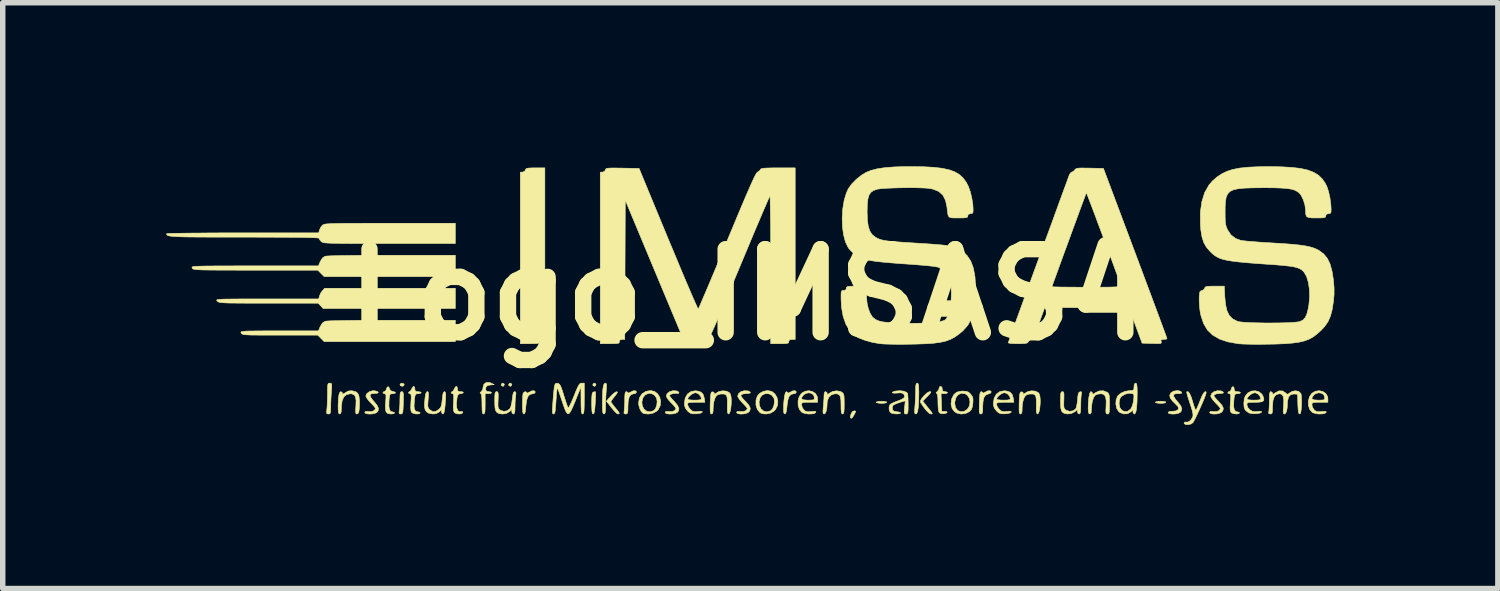
<source format=kicad_pcb>
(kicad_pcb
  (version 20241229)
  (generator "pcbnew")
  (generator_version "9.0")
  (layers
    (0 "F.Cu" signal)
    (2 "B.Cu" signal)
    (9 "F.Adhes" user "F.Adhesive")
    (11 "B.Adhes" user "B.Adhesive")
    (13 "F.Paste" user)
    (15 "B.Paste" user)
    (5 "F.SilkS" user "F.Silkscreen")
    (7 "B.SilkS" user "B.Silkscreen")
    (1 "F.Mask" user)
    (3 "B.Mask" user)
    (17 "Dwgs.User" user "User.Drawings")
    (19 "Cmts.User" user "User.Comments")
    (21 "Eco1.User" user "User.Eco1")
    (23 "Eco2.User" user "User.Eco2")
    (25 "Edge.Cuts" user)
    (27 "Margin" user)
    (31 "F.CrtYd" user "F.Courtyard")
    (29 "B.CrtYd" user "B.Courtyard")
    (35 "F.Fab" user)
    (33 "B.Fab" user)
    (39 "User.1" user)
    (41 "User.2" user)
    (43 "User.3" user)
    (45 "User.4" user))
  (footprint "Logo_IMSAS4"
    (layer "F.Cu")
    (at 10.693 2.354)
    (property "Reference" "Logo_IMSAS4" (at 0 0 0) (layer "F.SilkS") (effects (font (size 1.524 1.524) (thickness 0.3))))
    (attr through_hole)
    (fp_poly (pts (xy -6.338 1.634) (xy -6.33 1.651) (xy -6.347 1.675) (xy -6.37 1.68) (xy -6.401 1.668) (xy -6.409 1.651) (xy -6.392 1.627) (xy -6.37 1.622) (xy -6.338 1.634)) (stroke (width 0.01) (type solid)) (fill yes) (layer "F.SilkS"))
    (fp_poly (pts (xy -4.497 1.637) (xy -4.494 1.651) (xy -4.509 1.677) (xy -4.523 1.68) (xy -4.549 1.665) (xy -4.552 1.651) (xy -4.537 1.625) (xy -4.523 1.622) (xy -4.497 1.637)) (stroke (width 0.01) (type solid)) (fill yes) (layer "F.SilkS"))
    (fp_poly (pts (xy -4.36 1.637) (xy -4.357 1.651) (xy -4.373 1.677) (xy -4.386 1.68) (xy -4.412 1.665) (xy -4.416 1.651) (xy -4.4 1.625) (xy -4.386 1.622) (xy -4.36 1.637)) (stroke (width 0.01) (type solid)) (fill yes) (layer "F.SilkS"))
    (fp_poly (pts (xy -2.817 1.637) (xy -2.814 1.651) (xy -2.829 1.677) (xy -2.843 1.68) (xy -2.869 1.665) (xy -2.872 1.651) (xy -2.857 1.625) (xy -2.843 1.622) (xy -2.817 1.637)) (stroke (width 0.01) (type solid)) (fill yes) (layer "F.SilkS"))
    (fp_poly (pts (xy 1.947 2.136) (xy 1.95 2.144) (xy 1.916 2.211) (xy 1.892 2.249) (xy 1.873 2.265) (xy 1.865 2.266) (xy 1.851 2.258) (xy 1.854 2.226) (xy 1.861 2.198) (xy 1.886 2.146) (xy 1.92 2.13) (xy 1.947 2.136)) (stroke (width 0.01) (type solid)) (fill yes) (layer "F.SilkS"))
    (fp_poly (pts (xy 2.478 1.957) (xy 2.514 1.966) (xy 2.52 1.973) (xy 2.503 1.985) (xy 2.458 1.992) (xy 2.423 1.993) (xy 2.367 1.989) (xy 2.332 1.98) (xy 2.325 1.973) (xy 2.343 1.962) (xy 2.388 1.955) (xy 2.423 1.954) (xy 2.478 1.957)) (stroke (width 0.01) (type solid)) (fill yes) (layer "F.SilkS"))
    (fp_poly (pts (xy 7.598 1.957) (xy 7.633 1.966) (xy 7.64 1.973) (xy 7.622 1.985) (xy 7.577 1.992) (xy 7.542 1.993) (xy 7.486 1.989) (xy 7.451 1.98) (xy 7.444 1.973) (xy 7.462 1.962) (xy 7.507 1.955) (xy 7.542 1.954) (xy 7.598 1.957)) (stroke (width 0.01) (type solid)) (fill yes) (layer "F.SilkS"))
    (fp_poly (pts (xy -3.751 0.821) (xy -3.8 0.821) (xy -3.839 0.83) (xy -3.849 0.86) (xy -3.852 0.878) (xy -3.866 0.89) (xy -3.898 0.896) (xy -3.956 0.898) (xy -4.025 0.899) (xy -4.201 0.899) (xy -4.201 -2.247) (xy -4.16 -2.247) (xy -4.121 -2.264) (xy -4.109 -2.286) (xy -4.1 -2.305) (xy -4.082 -2.316) (xy -4.045 -2.322) (xy -3.982 -2.325) (xy -3.925 -2.325) (xy -3.751 -2.325) (xy -3.751 0.821)) (stroke (width 0.01) (type solid)) (fill yes) (layer "F.SilkS"))
    (fp_poly (pts (xy -2.823 1.782) (xy -2.821 1.803) (xy -2.821 1.855) (xy -2.824 1.929) (xy -2.827 1.989) (xy -2.834 2.085) (xy -2.843 2.148) (xy -2.854 2.18) (xy -2.865 2.188) (xy -2.878 2.179) (xy -2.886 2.148) (xy -2.89 2.09) (xy -2.892 1.998) (xy -2.892 1.992) (xy -2.891 1.899) (xy -2.887 1.839) (xy -2.879 1.804) (xy -2.866 1.787) (xy -2.862 1.785) (xy -2.831 1.779) (xy -2.823 1.782)) (stroke (width 0.01) (type solid)) (fill yes) (layer "F.SilkS"))
    (fp_poly (pts (xy 3.091 1.628) (xy 3.1 1.652) (xy 3.105 1.7) (xy 3.107 1.777) (xy 3.107 1.814) (xy 3.104 1.96) (xy 3.097 2.069) (xy 3.085 2.142) (xy 3.068 2.181) (xy 3.052 2.188) (xy 3.037 2.182) (xy 3.03 2.159) (xy 3.031 2.11) (xy 3.035 2.056) (xy 3.042 1.966) (xy 3.046 1.861) (xy 3.048 1.773) (xy 3.049 1.694) (xy 3.055 1.648) (xy 3.065 1.626) (xy 3.077 1.622) (xy 3.091 1.628)) (stroke (width 0.01) (type solid)) (fill yes) (layer "F.SilkS"))
    (fp_poly (pts (xy -2.627 1.628) (xy -2.62 1.651) (xy -2.621 1.7) (xy -2.625 1.754) (xy -2.631 1.844) (xy -2.636 1.949) (xy -2.638 2.037) (xy -2.639 2.116) (xy -2.644 2.162) (xy -2.655 2.184) (xy -2.667 2.188) (xy -2.68 2.182) (xy -2.689 2.159) (xy -2.694 2.114) (xy -2.696 2.039) (xy -2.696 1.978) (xy -2.694 1.842) (xy -2.688 1.742) (xy -2.678 1.674) (xy -2.664 1.635) (xy -2.644 1.622) (xy -2.642 1.622) (xy -2.627 1.628)) (stroke (width 0.01) (type solid)) (fill yes) (layer "F.SilkS"))
    (fp_poly (pts (xy -6.359 1.782) (xy -6.35 1.797) (xy -6.345 1.83) (xy -6.344 1.889) (xy -6.346 1.98) (xy -6.346 1.983) (xy -6.35 2.075) (xy -6.354 2.134) (xy -6.361 2.168) (xy -6.371 2.184) (xy -6.388 2.188) (xy -6.393 2.188) (xy -6.42 2.183) (xy -6.426 2.159) (xy -6.421 2.127) (xy -6.415 2.077) (xy -6.41 2.003) (xy -6.409 1.922) (xy -6.409 1.922) (xy -6.407 1.847) (xy -6.403 1.804) (xy -6.392 1.783) (xy -6.375 1.778) (xy -6.374 1.778) (xy -6.359 1.782)) (stroke (width 0.01) (type solid)) (fill yes) (layer "F.SilkS"))
    (fp_poly (pts (xy -2.42 1.784) (xy -2.426 1.804) (xy -2.455 1.845) (xy -2.47 1.863) (xy -2.508 1.912) (xy -2.534 1.949) (xy -2.54 1.963) (xy -2.528 1.985) (xy -2.498 2.026) (xy -2.462 2.071) (xy -2.414 2.13) (xy -2.39 2.165) (xy -2.388 2.183) (xy -2.405 2.188) (xy -2.412 2.188) (xy -2.437 2.174) (xy -2.476 2.135) (xy -2.523 2.08) (xy -2.531 2.07) (xy -2.622 1.952) (xy -2.547 1.867) (xy -2.5 1.82) (xy -2.458 1.788) (xy -2.436 1.78) (xy -2.42 1.784)) (stroke (width 0.01) (type solid)) (fill yes) (layer "F.SilkS"))
    (fp_poly (pts (xy 3.327 1.781) (xy 3.326 1.796) (xy 3.301 1.826) (xy 3.264 1.865) (xy 3.179 1.952) (xy 3.254 2.046) (xy 3.307 2.112) (xy 3.339 2.154) (xy 3.353 2.177) (xy 3.352 2.186) (xy 3.338 2.188) (xy 3.328 2.188) (xy 3.295 2.173) (xy 3.25 2.13) (xy 3.217 2.09) (xy 3.177 2.034) (xy 3.147 1.989) (xy 3.135 1.967) (xy 3.141 1.936) (xy 3.169 1.892) (xy 3.21 1.845) (xy 3.255 1.804) (xy 3.295 1.781) (xy 3.308 1.778) (xy 3.327 1.781)) (stroke (width 0.01) (type solid)) (fill yes) (layer "F.SilkS"))
    (fp_poly (pts (xy -7.675 1.624) (xy -7.663 1.635) (xy -7.659 1.663) (xy -7.661 1.716) (xy -7.666 1.783) (xy -7.672 1.879) (xy -7.677 1.979) (xy -7.678 2.063) (xy -7.678 2.066) (xy -7.68 2.133) (xy -7.685 2.17) (xy -7.698 2.185) (xy -7.72 2.188) (xy -7.747 2.184) (xy -7.755 2.164) (xy -7.75 2.116) (xy -7.75 2.115) (xy -7.745 2.064) (xy -7.741 1.987) (xy -7.738 1.895) (xy -7.737 1.832) (xy -7.737 1.739) (xy -7.735 1.679) (xy -7.73 1.644) (xy -7.72 1.627) (xy -7.704 1.622) (xy -7.695 1.622) (xy -7.675 1.624)) (stroke (width 0.01) (type solid)) (fill yes) (layer "F.SilkS"))
    (fp_poly (pts (xy -3.928 1.779) (xy -3.927 1.788) (xy -3.944 1.811) (xy -3.973 1.817) (xy -4.026 1.83) (xy -4.063 1.87) (xy -4.087 1.942) (xy -4.099 2.042) (xy -4.106 2.123) (xy -4.117 2.17) (xy -4.132 2.188) (xy -4.135 2.188) (xy -4.148 2.179) (xy -4.157 2.148) (xy -4.161 2.088) (xy -4.162 2.014) (xy -4.16 1.932) (xy -4.157 1.863) (xy -4.152 1.818) (xy -4.15 1.809) (xy -4.129 1.785) (xy -4.101 1.779) (xy -4.084 1.793) (xy -4.084 1.799) (xy -4.07 1.804) (xy -4.04 1.789) (xy -3.99 1.764) (xy -3.95 1.761) (xy -3.928 1.779)) (stroke (width 0.01) (type solid)) (fill yes) (layer "F.SilkS"))
    (fp_poly (pts (xy 0.859 1.779) (xy 0.86 1.788) (xy 0.843 1.811) (xy 0.814 1.817) (xy 0.765 1.828) (xy 0.729 1.865) (xy 0.706 1.931) (xy 0.691 2.032) (xy 0.691 2.038) (xy 0.681 2.122) (xy 0.669 2.171) (xy 0.654 2.188) (xy 0.652 2.188) (xy 0.632 2.17) (xy 0.625 2.115) (xy 0.625 2.115) (xy 0.628 2.013) (xy 0.636 1.922) (xy 0.647 1.847) (xy 0.661 1.797) (xy 0.677 1.778) (xy 0.677 1.778) (xy 0.701 1.79) (xy 0.703 1.799) (xy 0.717 1.804) (xy 0.747 1.789) (xy 0.796 1.764) (xy 0.837 1.761) (xy 0.859 1.779)) (stroke (width 0.01) (type solid)) (fill yes) (layer "F.SilkS"))
    (fp_poly (pts (xy 4.434 1.778) (xy 4.435 1.786) (xy 4.418 1.809) (xy 4.382 1.821) (xy 4.334 1.84) (xy 4.301 1.886) (xy 4.284 1.964) (xy 4.279 2.056) (xy 4.278 2.127) (xy 4.272 2.168) (xy 4.26 2.185) (xy 4.245 2.188) (xy 4.23 2.185) (xy 4.22 2.17) (xy 4.215 2.136) (xy 4.215 2.077) (xy 4.217 1.986) (xy 4.217 1.983) (xy 4.221 1.888) (xy 4.226 1.826) (xy 4.235 1.792) (xy 4.247 1.779) (xy 4.251 1.778) (xy 4.276 1.79) (xy 4.279 1.799) (xy 4.292 1.804) (xy 4.322 1.789) (xy 4.372 1.764) (xy 4.412 1.761) (xy 4.434 1.778)) (stroke (width 0.01) (type solid)) (fill yes) (layer "F.SilkS"))
    (fp_poly (pts (xy -2.072 1.779) (xy -2.071 1.788) (xy -2.088 1.811) (xy -2.119 1.817) (xy -2.169 1.831) (xy -2.203 1.874) (xy -2.222 1.948) (xy -2.227 2.046) (xy -2.228 2.12) (xy -2.233 2.162) (xy -2.243 2.182) (xy -2.261 2.188) (xy -2.269 2.188) (xy -2.298 2.181) (xy -2.3 2.153) (xy -2.298 2.144) (xy -2.293 2.105) (xy -2.289 2.038) (xy -2.286 1.959) (xy -2.286 1.939) (xy -2.285 1.858) (xy -2.28 1.808) (xy -2.27 1.784) (xy -2.257 1.778) (xy -2.231 1.789) (xy -2.227 1.799) (xy -2.214 1.804) (xy -2.184 1.789) (xy -2.134 1.764) (xy -2.094 1.761) (xy -2.072 1.779)) (stroke (width 0.01) (type solid)) (fill yes) (layer "F.SilkS"))
    (fp_poly (pts (xy 3.531 1.697) (xy 3.536 1.729) (xy 3.545 1.766) (xy 3.576 1.778) (xy 3.585 1.778) (xy 3.622 1.785) (xy 3.634 1.798) (xy 3.617 1.811) (xy 3.576 1.817) (xy 3.575 1.817) (xy 3.515 1.817) (xy 3.521 1.978) (xy 3.527 2.139) (xy 3.581 2.139) (xy 3.617 2.144) (xy 3.628 2.158) (xy 3.604 2.176) (xy 3.561 2.184) (xy 3.514 2.18) (xy 3.483 2.166) (xy 3.469 2.131) (xy 3.461 2.062) (xy 3.458 1.981) (xy 3.456 1.888) (xy 3.447 1.832) (xy 3.434 1.81) (xy 3.423 1.796) (xy 3.444 1.778) (xy 3.472 1.743) (xy 3.478 1.718) (xy 3.49 1.687) (xy 3.507 1.68) (xy 3.531 1.697)) (stroke (width 0.01) (type solid)) (fill yes) (layer "F.SilkS"))
    (fp_poly (pts (xy -5.393 0.254) (xy -7.817 0.254) (xy -7.908 0.156) (xy -8.816 0.156) (xy -9.028 0.156) (xy -9.204 0.156) (xy -9.348 0.155) (xy -9.464 0.154) (xy -9.554 0.153) (xy -9.622 0.15) (xy -9.672 0.147) (xy -9.707 0.143) (xy -9.73 0.137) (xy -9.745 0.13) (xy -9.755 0.122) (xy -9.759 0.117) (xy -9.767 0.108) (xy -9.77 0.101) (xy -9.765 0.095) (xy -9.749 0.09) (xy -9.72 0.086) (xy -9.673 0.083) (xy -9.606 0.081) (xy -9.516 0.08) (xy -9.399 0.079) (xy -9.252 0.078) (xy -9.073 0.078) (xy -8.859 0.078) (xy -7.898 0.078) (xy -7.884 0.024) (xy -7.861 -0.031) (xy -7.83 -0.073) (xy -7.789 -0.117) (xy -5.393 -0.117) (xy -5.393 0.254)) (stroke (width 0.01) (type solid)) (fill yes) (layer "F.SilkS"))
    (fp_poly (pts (xy -6.824 1.774) (xy -6.805 1.791) (xy -6.818 1.806) (xy -6.866 1.811) (xy -6.868 1.811) (xy -6.929 1.816) (xy -6.956 1.837) (xy -6.949 1.875) (xy -6.909 1.932) (xy -6.886 1.957) (xy -6.829 2.027) (xy -6.803 2.083) (xy -6.808 2.128) (xy -6.83 2.158) (xy -6.866 2.176) (xy -6.918 2.187) (xy -6.975 2.189) (xy -7.023 2.183) (xy -7.051 2.168) (xy -7.053 2.16) (xy -7.043 2.142) (xy -7.007 2.14) (xy -6.985 2.143) (xy -6.924 2.143) (xy -6.878 2.123) (xy -6.858 2.09) (xy -6.858 2.086) (xy -6.871 2.064) (xy -6.905 2.024) (xy -6.946 1.982) (xy -6.992 1.931) (xy -7.024 1.884) (xy -7.034 1.857) (xy -7.016 1.814) (xy -6.971 1.78) (xy -6.911 1.762) (xy -6.876 1.762) (xy -6.824 1.774)) (stroke (width 0.01) (type solid)) (fill yes) (layer "F.SilkS"))
    (fp_poly (pts (xy -4.733 1.623) (xy -4.679 1.65) (xy -4.751 1.656) (xy -4.804 1.668) (xy -4.83 1.694) (xy -4.833 1.704) (xy -4.836 1.752) (xy -4.811 1.774) (xy -4.776 1.778) (xy -4.74 1.785) (xy -4.728 1.798) (xy -4.745 1.811) (xy -4.786 1.817) (xy -4.787 1.817) (xy -4.846 1.817) (xy -4.846 2.003) (xy -4.847 2.091) (xy -4.85 2.147) (xy -4.858 2.177) (xy -4.871 2.188) (xy -4.875 2.188) (xy -4.889 2.182) (xy -4.898 2.157) (xy -4.902 2.109) (xy -4.904 2.029) (xy -4.904 2.004) (xy -4.906 1.906) (xy -4.913 1.843) (xy -4.924 1.813) (xy -4.929 1.81) (xy -4.939 1.796) (xy -4.919 1.778) (xy -4.892 1.742) (xy -4.885 1.698) (xy -4.869 1.643) (xy -4.829 1.612) (xy -4.772 1.609) (xy -4.733 1.623)) (stroke (width 0.01) (type solid)) (fill yes) (layer "F.SilkS"))
    (fp_poly (pts (xy -1.739 1.775) (xy -1.681 1.82) (xy -1.643 1.884) (xy -1.627 1.958) (xy -1.635 2.035) (xy -1.671 2.106) (xy -1.702 2.138) (xy -1.77 2.174) (xy -1.853 2.189) (xy -1.933 2.181) (xy -1.949 2.175) (xy -1.982 2.145) (xy -2.011 2.089) (xy -2.029 2.022) (xy -2.032 1.983) (xy -2.029 1.967) (xy -1.972 1.967) (xy -1.964 2.039) (xy -1.934 2.097) (xy -1.885 2.136) (xy -1.824 2.148) (xy -1.758 2.129) (xy -1.723 2.091) (xy -1.699 2.03) (xy -1.692 1.959) (xy -1.701 1.9) (xy -1.738 1.844) (xy -1.793 1.814) (xy -1.854 1.812) (xy -1.911 1.837) (xy -1.952 1.889) (xy -1.972 1.967) (xy -2.029 1.967) (xy -2.016 1.89) (xy -1.969 1.818) (xy -1.898 1.773) (xy -1.813 1.758) (xy -1.739 1.775)) (stroke (width 0.01) (type solid)) (fill yes) (layer "F.SilkS"))
    (fp_poly (pts (xy 7.875 1.762) (xy 7.914 1.776) (xy 7.929 1.796) (xy 7.918 1.812) (xy 7.891 1.815) (xy 7.82 1.815) (xy 7.783 1.83) (xy 7.78 1.862) (xy 7.81 1.913) (xy 7.854 1.966) (xy 7.909 2.035) (xy 7.93 2.089) (xy 7.92 2.135) (xy 7.902 2.158) (xy 7.867 2.176) (xy 7.815 2.187) (xy 7.758 2.189) (xy 7.709 2.184) (xy 7.681 2.17) (xy 7.679 2.162) (xy 7.695 2.144) (xy 7.746 2.138) (xy 7.759 2.138) (xy 7.822 2.132) (xy 7.858 2.11) (xy 7.862 2.104) (xy 7.87 2.079) (xy 7.859 2.051) (xy 7.822 2.012) (xy 7.812 2.002) (xy 7.764 1.955) (xy 7.728 1.911) (xy 7.718 1.896) (xy 7.708 1.844) (xy 7.73 1.801) (xy 7.777 1.77) (xy 7.844 1.759) (xy 7.875 1.762)) (stroke (width 0.01) (type solid)) (fill yes) (layer "F.SilkS"))
    (fp_poly (pts (xy -0.027 1.765) (xy -0.011 1.77) (xy 0.018 1.789) (xy 0.012 1.805) (xy -0.025 1.813) (xy -0.046 1.813) (xy -0.112 1.819) (xy -0.15 1.838) (xy -0.156 1.856) (xy -0.143 1.878) (xy -0.11 1.918) (xy -0.068 1.961) (xy -0.01 2.027) (xy 0.016 2.08) (xy 0.009 2.125) (xy -0.016 2.156) (xy -0.055 2.176) (xy -0.108 2.187) (xy -0.164 2.189) (xy -0.21 2.182) (xy -0.234 2.165) (xy -0.234 2.16) (xy -0.224 2.142) (xy -0.188 2.14) (xy -0.166 2.143) (xy -0.106 2.143) (xy -0.059 2.124) (xy -0.039 2.091) (xy -0.039 2.087) (xy -0.052 2.065) (xy -0.086 2.026) (xy -0.127 1.984) (xy -0.173 1.933) (xy -0.205 1.886) (xy -0.215 1.859) (xy -0.198 1.813) (xy -0.153 1.778) (xy -0.092 1.761) (xy -0.027 1.765)) (stroke (width 0.01) (type solid)) (fill yes) (layer "F.SilkS"))
    (fp_poly (pts (xy 0.411 1.775) (xy 0.468 1.82) (xy 0.506 1.884) (xy 0.522 1.958) (xy 0.514 2.035) (xy 0.479 2.106) (xy 0.447 2.138) (xy 0.384 2.173) (xy 0.309 2.188) (xy 0.238 2.183) (xy 0.194 2.163) (xy 0.145 2.103) (xy 0.12 2.023) (xy 0.121 1.966) (xy 0.177 1.966) (xy 0.185 2.038) (xy 0.215 2.097) (xy 0.263 2.136) (xy 0.324 2.149) (xy 0.391 2.129) (xy 0.426 2.092) (xy 0.45 2.031) (xy 0.46 1.962) (xy 0.451 1.9) (xy 0.449 1.894) (xy 0.41 1.843) (xy 0.353 1.817) (xy 0.29 1.816) (xy 0.234 1.842) (xy 0.198 1.887) (xy 0.177 1.966) (xy 0.121 1.966) (xy 0.121 1.935) (xy 0.146 1.857) (xy 0.191 1.808) (xy 0.259 1.772) (xy 0.336 1.758) (xy 0.336 1.758) (xy 0.411 1.775)) (stroke (width 0.01) (type solid)) (fill yes) (layer "F.SilkS"))
    (fp_poly (pts (xy 8.648 1.765) (xy 8.664 1.77) (xy 8.693 1.789) (xy 8.687 1.805) (xy 8.65 1.813) (xy 8.629 1.813) (xy 8.563 1.819) (xy 8.525 1.838) (xy 8.519 1.856) (xy 8.532 1.878) (xy 8.565 1.918) (xy 8.607 1.961) (xy 8.665 2.027) (xy 8.691 2.08) (xy 8.684 2.125) (xy 8.659 2.156) (xy 8.62 2.176) (xy 8.567 2.187) (xy 8.511 2.189) (xy 8.465 2.182) (xy 8.441 2.165) (xy 8.441 2.16) (xy 8.451 2.142) (xy 8.487 2.14) (xy 8.509 2.143) (xy 8.569 2.143) (xy 8.616 2.124) (xy 8.636 2.091) (xy 8.636 2.087) (xy 8.623 2.065) (xy 8.589 2.026) (xy 8.548 1.984) (xy 8.502 1.933) (xy 8.47 1.886) (xy 8.46 1.859) (xy 8.477 1.813) (xy 8.522 1.778) (xy 8.583 1.761) (xy 8.648 1.765)) (stroke (width 0.01) (type solid)) (fill yes) (layer "F.SilkS"))
    (fp_poly (pts (xy -1.337 1.765) (xy -1.32 1.77) (xy -1.292 1.791) (xy -1.296 1.809) (xy -1.328 1.812) (xy -1.331 1.811) (xy -1.374 1.809) (xy -1.422 1.819) (xy -1.457 1.837) (xy -1.465 1.852) (xy -1.453 1.873) (xy -1.42 1.913) (xy -1.377 1.958) (xy -1.319 2.028) (xy -1.293 2.083) (xy -1.299 2.129) (xy -1.32 2.158) (xy -1.356 2.176) (xy -1.408 2.187) (xy -1.465 2.189) (xy -1.514 2.183) (xy -1.541 2.168) (xy -1.544 2.16) (xy -1.533 2.142) (xy -1.497 2.14) (xy -1.475 2.143) (xy -1.414 2.143) (xy -1.368 2.123) (xy -1.348 2.09) (xy -1.348 2.086) (xy -1.361 2.064) (xy -1.395 2.024) (xy -1.436 1.982) (xy -1.483 1.931) (xy -1.514 1.885) (xy -1.524 1.858) (xy -1.507 1.812) (xy -1.462 1.778) (xy -1.402 1.761) (xy -1.337 1.765)) (stroke (width 0.01) (type solid)) (fill yes) (layer "F.SilkS"))
    (fp_poly (pts (xy -6.604 1.708) (xy -6.601 1.723) (xy -6.582 1.76) (xy -6.54 1.774) (xy -6.497 1.787) (xy -6.49 1.803) (xy -6.518 1.815) (xy -6.543 1.817) (xy -6.573 1.819) (xy -6.591 1.83) (xy -6.6 1.858) (xy -6.606 1.913) (xy -6.609 1.949) (xy -6.611 2.045) (xy -6.601 2.107) (xy -6.577 2.141) (xy -6.545 2.149) (xy -6.513 2.158) (xy -6.506 2.169) (xy -6.523 2.182) (xy -6.566 2.188) (xy -6.574 2.188) (xy -6.632 2.179) (xy -6.663 2.149) (xy -6.673 2.103) (xy -6.675 2.024) (xy -6.67 1.963) (xy -6.665 1.888) (xy -6.665 1.844) (xy -6.672 1.823) (xy -6.687 1.817) (xy -6.689 1.817) (xy -6.717 1.807) (xy -6.721 1.798) (xy -6.706 1.78) (xy -6.693 1.778) (xy -6.669 1.761) (xy -6.659 1.736) (xy -6.644 1.697) (xy -6.622 1.687) (xy -6.604 1.708)) (stroke (width 0.01) (type solid)) (fill yes) (layer "F.SilkS"))
    (fp_poly (pts (xy -5.393 0.86) (xy -7.799 0.86) (xy -7.857 0.801) (xy -7.916 0.742) (xy -8.608 0.742) (xy -8.79 0.742) (xy -8.938 0.742) (xy -9.054 0.741) (xy -9.143 0.74) (xy -9.208 0.737) (xy -9.254 0.734) (xy -9.284 0.729) (xy -9.302 0.722) (xy -9.313 0.714) (xy -9.32 0.703) (xy -9.324 0.693) (xy -9.324 0.685) (xy -9.315 0.679) (xy -9.293 0.674) (xy -9.256 0.67) (xy -9.199 0.667) (xy -9.119 0.666) (xy -9.012 0.665) (xy -8.875 0.664) (xy -8.704 0.664) (xy -8.622 0.664) (xy -7.903 0.664) (xy -7.871 0.586) (xy -7.831 0.521) (xy -7.786 0.489) (xy -7.755 0.484) (xy -7.686 0.48) (xy -7.581 0.477) (xy -7.442 0.474) (xy -7.27 0.472) (xy -7.068 0.47) (xy -6.835 0.469) (xy -6.575 0.469) (xy -6.564 0.469) (xy -5.393 0.469) (xy -5.393 0.86)) (stroke (width 0.01) (type solid)) (fill yes) (layer "F.SilkS"))
    (fp_poly (pts (xy -5.359 1.697) (xy -5.354 1.729) (xy -5.347 1.764) (xy -5.321 1.777) (xy -5.294 1.778) (xy -5.255 1.783) (xy -5.246 1.797) (xy -5.246 1.798) (xy -5.273 1.813) (xy -5.303 1.817) (xy -5.335 1.824) (xy -5.352 1.853) (xy -5.361 1.89) (xy -5.372 1.996) (xy -5.367 2.076) (xy -5.346 2.127) (xy -5.312 2.147) (xy -5.285 2.142) (xy -5.26 2.145) (xy -5.256 2.16) (xy -5.272 2.18) (xy -5.311 2.188) (xy -5.358 2.185) (xy -5.399 2.17) (xy -5.413 2.159) (xy -5.426 2.125) (xy -5.43 2.064) (xy -5.427 1.973) (xy -5.422 1.893) (xy -5.424 1.845) (xy -5.431 1.822) (xy -5.443 1.817) (xy -5.468 1.806) (xy -5.471 1.798) (xy -5.456 1.779) (xy -5.451 1.778) (xy -5.43 1.762) (xy -5.412 1.729) (xy -5.392 1.693) (xy -5.374 1.68) (xy -5.359 1.697)) (stroke (width 0.01) (type solid)) (fill yes) (layer "F.SilkS"))
    (fp_poly (pts (xy 3.975 1.772) (xy 4.017 1.787) (xy 4.054 1.82) (xy 4.058 1.826) (xy 4.087 1.865) (xy 4.1 1.905) (xy 4.1 1.962) (xy 4.098 1.99) (xy 4.088 2.061) (xy 4.069 2.108) (xy 4.037 2.143) (xy 3.967 2.179) (xy 3.884 2.189) (xy 3.804 2.171) (xy 3.765 2.148) (xy 3.718 2.089) (xy 3.698 2.009) (xy 3.699 2) (xy 3.766 2) (xy 3.781 2.073) (xy 3.82 2.124) (xy 3.875 2.147) (xy 3.938 2.14) (xy 3.997 2.101) (xy 4.035 2.04) (xy 4.046 1.969) (xy 4.033 1.9) (xy 3.997 1.844) (xy 3.955 1.817) (xy 3.887 1.808) (xy 3.83 1.833) (xy 3.788 1.887) (xy 3.767 1.967) (xy 3.766 2) (xy 3.699 2) (xy 3.707 1.922) (xy 3.711 1.909) (xy 3.749 1.832) (xy 3.804 1.787) (xy 3.883 1.769) (xy 3.911 1.768) (xy 3.975 1.772)) (stroke (width 0.01) (type solid)) (fill yes) (layer "F.SilkS"))
    (fp_poly (pts (xy -7.274 1.765) (xy -7.217 1.781) (xy -7.181 1.81) (xy -7.16 1.86) (xy -7.152 1.937) (xy -7.151 1.985) (xy -7.153 2.08) (xy -7.161 2.142) (xy -7.175 2.176) (xy -7.197 2.188) (xy -7.201 2.188) (xy -7.215 2.181) (xy -7.221 2.153) (xy -7.22 2.098) (xy -7.216 2.036) (xy -7.213 1.938) (xy -7.224 1.872) (xy -7.251 1.834) (xy -7.296 1.818) (xy -7.32 1.817) (xy -7.389 1.832) (xy -7.439 1.876) (xy -7.47 1.952) (xy -7.483 2.062) (xy -7.483 2.095) (xy -7.487 2.155) (xy -7.499 2.183) (xy -7.513 2.188) (xy -7.528 2.181) (xy -7.537 2.153) (xy -7.541 2.097) (xy -7.542 2.044) (xy -7.538 1.922) (xy -7.528 1.838) (xy -7.51 1.79) (xy -7.491 1.778) (xy -7.467 1.794) (xy -7.464 1.808) (xy -7.458 1.823) (xy -7.435 1.815) (xy -7.406 1.795) (xy -7.353 1.766) (xy -7.295 1.762) (xy -7.274 1.765)) (stroke (width 0.01) (type solid)) (fill yes) (layer "F.SilkS"))
    (fp_poly (pts (xy -6.14 1.697) (xy -6.135 1.729) (xy -6.129 1.764) (xy -6.102 1.777) (xy -6.076 1.778) (xy -6.035 1.784) (xy -6.018 1.797) (xy -6.018 1.798) (xy -6.035 1.811) (xy -6.074 1.817) (xy -6.104 1.819) (xy -6.122 1.83) (xy -6.133 1.858) (xy -6.141 1.912) (xy -6.145 1.954) (xy -6.15 2.047) (xy -6.141 2.107) (xy -6.116 2.139) (xy -6.075 2.149) (xy -6.074 2.149) (xy -6.044 2.158) (xy -6.037 2.169) (xy -6.054 2.184) (xy -6.093 2.188) (xy -6.14 2.183) (xy -6.18 2.169) (xy -6.194 2.158) (xy -6.207 2.127) (xy -6.211 2.07) (xy -6.208 1.981) (xy -6.207 1.973) (xy -6.202 1.894) (xy -6.203 1.846) (xy -6.21 1.823) (xy -6.224 1.817) (xy -6.249 1.806) (xy -6.252 1.798) (xy -6.237 1.779) (xy -6.232 1.778) (xy -6.211 1.762) (xy -6.194 1.729) (xy -6.173 1.693) (xy -6.155 1.68) (xy -6.14 1.697)) (stroke (width 0.01) (type solid)) (fill yes) (layer "F.SilkS"))
    (fp_poly (pts (xy 8.887 1.704) (xy 8.89 1.728) (xy 8.896 1.764) (xy 8.922 1.777) (xy 8.949 1.778) (xy 8.99 1.784) (xy 9.007 1.797) (xy 9.007 1.798) (xy 8.99 1.812) (xy 8.951 1.817) (xy 8.922 1.819) (xy 8.904 1.831) (xy 8.894 1.86) (xy 8.886 1.917) (xy 8.884 1.946) (xy 8.88 2.045) (xy 8.892 2.109) (xy 8.92 2.143) (xy 8.949 2.149) (xy 8.981 2.158) (xy 8.988 2.169) (xy 8.971 2.184) (xy 8.932 2.188) (xy 8.886 2.183) (xy 8.845 2.17) (xy 8.831 2.159) (xy 8.819 2.128) (xy 8.815 2.073) (xy 8.819 1.988) (xy 8.82 1.973) (xy 8.826 1.895) (xy 8.827 1.848) (xy 8.82 1.824) (xy 8.807 1.817) (xy 8.803 1.817) (xy 8.777 1.807) (xy 8.773 1.798) (xy 8.788 1.78) (xy 8.801 1.778) (xy 8.825 1.761) (xy 8.835 1.736) (xy 8.85 1.696) (xy 8.871 1.685) (xy 8.887 1.704)) (stroke (width 0.01) (type solid)) (fill yes) (layer "F.SilkS"))
    (fp_poly (pts (xy -5.581 1.784) (xy -5.572 1.804) (xy -5.569 1.845) (xy -5.572 1.912) (xy -5.579 2.011) (xy -5.581 2.039) (xy -5.591 2.122) (xy -5.603 2.171) (xy -5.618 2.188) (xy -5.62 2.188) (xy -5.642 2.172) (xy -5.647 2.149) (xy -5.647 2.11) (xy -5.686 2.149) (xy -5.746 2.182) (xy -5.803 2.188) (xy -5.882 2.174) (xy -5.92 2.149) (xy -5.944 2.116) (xy -5.956 2.071) (xy -5.958 2.006) (xy -5.95 1.912) (xy -5.947 1.881) (xy -5.934 1.813) (xy -5.916 1.781) (xy -5.906 1.778) (xy -5.892 1.784) (xy -5.885 1.809) (xy -5.886 1.858) (xy -5.891 1.922) (xy -5.897 1.999) (xy -5.897 2.047) (xy -5.888 2.078) (xy -5.869 2.103) (xy -5.864 2.108) (xy -5.809 2.144) (xy -5.752 2.141) (xy -5.696 2.105) (xy -5.668 2.076) (xy -5.65 2.038) (xy -5.639 1.982) (xy -5.633 1.92) (xy -5.624 1.839) (xy -5.611 1.793) (xy -5.595 1.778) (xy -5.595 1.778) (xy -5.581 1.784)) (stroke (width 0.01) (type solid)) (fill yes) (layer "F.SilkS"))
    (fp_poly (pts (xy -5.393 -0.332) (xy -7.799 -0.332) (xy -7.857 -0.391) (xy -7.916 -0.449) (xy -9.057 -0.449) (xy -9.297 -0.449) (xy -9.5 -0.45) (xy -9.671 -0.45) (xy -9.811 -0.451) (xy -9.924 -0.452) (xy -10.014 -0.453) (xy -10.082 -0.456) (xy -10.132 -0.459) (xy -10.168 -0.463) (xy -10.191 -0.467) (xy -10.205 -0.473) (xy -10.213 -0.48) (xy -10.219 -0.488) (xy -10.222 -0.497) (xy -10.222 -0.503) (xy -10.216 -0.509) (xy -10.2 -0.514) (xy -10.171 -0.518) (xy -10.127 -0.521) (xy -10.065 -0.523) (xy -9.983 -0.525) (xy -9.876 -0.526) (xy -9.743 -0.527) (xy -9.58 -0.527) (xy -9.385 -0.528) (xy -9.154 -0.528) (xy -9.071 -0.528) (xy -7.903 -0.528) (xy -7.871 -0.606) (xy -7.831 -0.671) (xy -7.786 -0.703) (xy -7.755 -0.708) (xy -7.686 -0.712) (xy -7.581 -0.715) (xy -7.442 -0.718) (xy -7.27 -0.72) (xy -7.068 -0.722) (xy -6.835 -0.723) (xy -6.575 -0.723) (xy -6.564 -0.723) (xy -5.393 -0.723) (xy -5.393 -0.332)) (stroke (width 0.01) (type solid)) (fill yes) (layer "F.SilkS"))
    (fp_poly (pts (xy 6.56 1.789) (xy 6.561 1.789) (xy 6.581 1.806) (xy 6.594 1.83) (xy 6.601 1.869) (xy 6.604 1.931) (xy 6.604 2.004) (xy 6.603 2.09) (xy 6.6 2.144) (xy 6.593 2.174) (xy 6.582 2.186) (xy 6.568 2.188) (xy 6.549 2.185) (xy 6.54 2.168) (xy 6.537 2.131) (xy 6.54 2.065) (xy 6.541 2.045) (xy 6.543 1.945) (xy 6.533 1.877) (xy 6.509 1.837) (xy 6.468 1.819) (xy 6.441 1.817) (xy 6.385 1.825) (xy 6.343 1.842) (xy 6.313 1.884) (xy 6.289 1.954) (xy 6.275 2.043) (xy 6.272 2.105) (xy 6.268 2.162) (xy 6.253 2.186) (xy 6.243 2.188) (xy 6.225 2.178) (xy 6.216 2.143) (xy 6.213 2.086) (xy 6.217 1.976) (xy 6.225 1.885) (xy 6.239 1.819) (xy 6.255 1.783) (xy 6.265 1.778) (xy 6.288 1.794) (xy 6.291 1.809) (xy 6.296 1.826) (xy 6.317 1.818) (xy 6.343 1.799) (xy 6.413 1.766) (xy 6.49 1.762) (xy 6.56 1.789)) (stroke (width 0.01) (type solid)) (fill yes) (layer "F.SilkS"))
    (fp_poly (pts (xy 8.073 1.811) (xy 8.104 1.882) (xy 8.128 1.96) (xy 8.15 2.033) (xy 8.17 2.088) (xy 8.184 2.117) (xy 8.187 2.119) (xy 8.2 2.099) (xy 8.222 2.05) (xy 8.25 1.983) (xy 8.264 1.945) (xy 8.3 1.858) (xy 8.329 1.805) (xy 8.353 1.781) (xy 8.363 1.778) (xy 8.375 1.783) (xy 8.376 1.802) (xy 8.366 1.838) (xy 8.344 1.898) (xy 8.307 1.986) (xy 8.28 2.047) (xy 8.236 2.144) (xy 8.196 2.23) (xy 8.162 2.298) (xy 8.138 2.341) (xy 8.132 2.349) (xy 8.097 2.372) (xy 8.05 2.383) (xy 8.005 2.382) (xy 7.976 2.367) (xy 7.972 2.355) (xy 7.985 2.335) (xy 7.999 2.337) (xy 8.045 2.336) (xy 8.091 2.305) (xy 8.126 2.253) (xy 8.134 2.223) (xy 8.134 2.188) (xy 8.125 2.139) (xy 8.104 2.068) (xy 8.08 1.994) (xy 8.053 1.912) (xy 8.032 1.843) (xy 8.021 1.797) (xy 8.02 1.782) (xy 8.045 1.778) (xy 8.073 1.811)) (stroke (width 0.01) (type solid)) (fill yes) (layer "F.SilkS"))
    (fp_poly (pts (xy -0.427 1.768) (xy -0.373 1.792) (xy -0.352 1.817) (xy -0.338 1.863) (xy -0.332 1.928) (xy -0.333 2.002) (xy -0.34 2.075) (xy -0.352 2.137) (xy -0.368 2.178) (xy -0.382 2.188) (xy -0.395 2.178) (xy -0.403 2.145) (xy -0.405 2.081) (xy -0.404 2.022) (xy -0.404 1.929) (xy -0.412 1.869) (xy -0.432 1.835) (xy -0.467 1.822) (xy -0.522 1.821) (xy -0.528 1.822) (xy -0.578 1.832) (xy -0.611 1.862) (xy -0.63 1.895) (xy -0.653 1.968) (xy -0.664 2.058) (xy -0.664 2.076) (xy -0.667 2.142) (xy -0.675 2.177) (xy -0.691 2.188) (xy -0.694 2.188) (xy -0.708 2.183) (xy -0.716 2.162) (xy -0.72 2.12) (xy -0.72 2.049) (xy -0.719 1.988) (xy -0.715 1.897) (xy -0.71 1.837) (xy -0.703 1.803) (xy -0.691 1.786) (xy -0.679 1.782) (xy -0.65 1.789) (xy -0.645 1.807) (xy -0.641 1.829) (xy -0.625 1.819) (xy -0.615 1.81) (xy -0.561 1.777) (xy -0.494 1.763) (xy -0.427 1.768)) (stroke (width 0.01) (type solid)) (fill yes) (layer "F.SilkS"))
    (fp_poly (pts (xy 1.669 1.775) (xy 1.69 1.786) (xy 1.713 1.803) (xy 1.727 1.824) (xy 1.735 1.858) (xy 1.738 1.913) (xy 1.739 1.998) (xy 1.739 2.003) (xy 1.738 2.092) (xy 1.734 2.147) (xy 1.726 2.177) (xy 1.714 2.188) (xy 1.71 2.188) (xy 1.695 2.181) (xy 1.686 2.155) (xy 1.681 2.103) (xy 1.68 2.026) (xy 1.678 1.933) (xy 1.668 1.872) (xy 1.648 1.836) (xy 1.614 1.82) (xy 1.57 1.817) (xy 1.506 1.835) (xy 1.457 1.882) (xy 1.429 1.949) (xy 1.426 1.981) (xy 1.421 2.069) (xy 1.408 2.138) (xy 1.388 2.179) (xy 1.372 2.188) (xy 1.356 2.182) (xy 1.35 2.158) (xy 1.351 2.107) (xy 1.355 2.068) (xy 1.362 1.986) (xy 1.367 1.905) (xy 1.368 1.863) (xy 1.372 1.806) (xy 1.386 1.781) (xy 1.397 1.778) (xy 1.422 1.794) (xy 1.426 1.81) (xy 1.429 1.831) (xy 1.445 1.826) (xy 1.463 1.81) (xy 1.525 1.775) (xy 1.599 1.763) (xy 1.669 1.775)) (stroke (width 0.01) (type solid)) (fill yes) (layer "F.SilkS"))
    (fp_poly (pts (xy 5.239 1.768) (xy 5.293 1.792) (xy 5.314 1.817) (xy 5.328 1.863) (xy 5.334 1.928) (xy 5.333 2.002) (xy 5.326 2.075) (xy 5.315 2.137) (xy 5.298 2.178) (xy 5.284 2.188) (xy 5.271 2.178) (xy 5.263 2.145) (xy 5.261 2.081) (xy 5.262 2.022) (xy 5.262 1.929) (xy 5.254 1.869) (xy 5.234 1.835) (xy 5.199 1.822) (xy 5.144 1.821) (xy 5.139 1.822) (xy 5.088 1.832) (xy 5.055 1.862) (xy 5.036 1.895) (xy 5.013 1.968) (xy 5.002 2.058) (xy 5.002 2.076) (xy 5 2.142) (xy 4.991 2.177) (xy 4.975 2.188) (xy 4.972 2.188) (xy 4.958 2.183) (xy 4.95 2.162) (xy 4.946 2.12) (xy 4.946 2.049) (xy 4.947 1.988) (xy 4.951 1.897) (xy 4.956 1.837) (xy 4.964 1.803) (xy 4.976 1.786) (xy 4.987 1.782) (xy 5.016 1.789) (xy 5.021 1.807) (xy 5.025 1.829) (xy 5.041 1.819) (xy 5.051 1.81) (xy 5.105 1.777) (xy 5.172 1.763) (xy 5.239 1.768)) (stroke (width 0.01) (type solid)) (fill yes) (layer "F.SilkS"))
    (fp_poly (pts (xy -4.285 1.786) (xy -4.281 1.816) (xy -4.286 1.851) (xy -4.292 1.91) (xy -4.297 1.99) (xy -4.298 2.056) (xy -4.3 2.129) (xy -4.307 2.17) (xy -4.32 2.187) (xy -4.328 2.188) (xy -4.352 2.172) (xy -4.357 2.146) (xy -4.357 2.103) (xy -4.402 2.146) (xy -4.458 2.178) (xy -4.527 2.189) (xy -4.593 2.18) (xy -4.637 2.153) (xy -4.654 2.123) (xy -4.665 2.077) (xy -4.669 2.004) (xy -4.67 1.947) (xy -4.669 1.865) (xy -4.665 1.814) (xy -4.657 1.788) (xy -4.643 1.779) (xy -4.635 1.778) (xy -4.618 1.782) (xy -4.609 1.8) (xy -4.605 1.838) (xy -4.607 1.906) (xy -4.608 1.933) (xy -4.611 2.01) (xy -4.609 2.059) (xy -4.6 2.088) (xy -4.582 2.108) (xy -4.566 2.119) (xy -4.503 2.14) (xy -4.44 2.129) (xy -4.39 2.088) (xy -4.387 2.083) (xy -4.372 2.043) (xy -4.357 1.978) (xy -4.348 1.91) (xy -4.338 1.836) (xy -4.326 1.794) (xy -4.309 1.779) (xy -4.304 1.778) (xy -4.285 1.786)) (stroke (width 0.01) (type solid)) (fill yes) (layer "F.SilkS"))
    (fp_poly (pts (xy 5.756 1.782) (xy 5.766 1.8) (xy 5.769 1.839) (xy 5.768 1.907) (xy 5.767 1.933) (xy 5.765 2.011) (xy 5.767 2.06) (xy 5.776 2.089) (xy 5.794 2.109) (xy 5.809 2.119) (xy 5.872 2.14) (xy 5.937 2.129) (xy 5.983 2.096) (xy 5.997 2.062) (xy 6.009 2.001) (xy 6.018 1.928) (xy 6.018 1.927) (xy 6.025 1.852) (xy 6.034 1.809) (xy 6.048 1.788) (xy 6.065 1.781) (xy 6.091 1.782) (xy 6.092 1.807) (xy 6.089 1.82) (xy 6.083 1.861) (xy 6.079 1.928) (xy 6.077 2.008) (xy 6.077 2.027) (xy 6.075 2.109) (xy 6.07 2.158) (xy 6.061 2.182) (xy 6.047 2.188) (xy 6.023 2.172) (xy 6.018 2.148) (xy 6.018 2.107) (xy 5.966 2.148) (xy 5.905 2.179) (xy 5.835 2.188) (xy 5.771 2.175) (xy 5.738 2.153) (xy 5.721 2.123) (xy 5.71 2.077) (xy 5.706 2.004) (xy 5.705 1.947) (xy 5.706 1.865) (xy 5.71 1.814) (xy 5.718 1.788) (xy 5.732 1.779) (xy 5.739 1.778) (xy 5.756 1.782)) (stroke (width 0.01) (type solid)) (fill yes) (layer "F.SilkS"))
    (fp_poly (pts (xy -0.95 1.767) (xy -0.887 1.787) (xy -0.849 1.827) (xy -0.828 1.894) (xy -0.827 1.903) (xy -0.816 1.973) (xy -0.974 1.973) (xy -1.053 1.974) (xy -1.1 1.978) (xy -1.124 1.986) (xy -1.132 2.001) (xy -1.133 2.013) (xy -1.12 2.054) (xy -1.088 2.099) (xy -1.083 2.104) (xy -1.045 2.135) (xy -1.007 2.146) (xy -0.951 2.143) (xy -0.944 2.142) (xy -0.889 2.137) (xy -0.865 2.143) (xy -0.865 2.154) (xy -0.888 2.17) (xy -0.939 2.181) (xy -0.974 2.184) (xy -1.038 2.185) (xy -1.08 2.175) (xy -1.118 2.148) (xy -1.134 2.132) (xy -1.175 2.079) (xy -1.191 2.022) (xy -1.192 1.993) (xy -1.18 1.914) (xy -1.133 1.914) (xy -1.115 1.925) (xy -1.065 1.932) (xy -1.006 1.934) (xy -0.931 1.932) (xy -0.89 1.923) (xy -0.879 1.909) (xy -0.896 1.86) (xy -0.935 1.818) (xy -0.983 1.798) (xy -0.989 1.798) (xy -1.032 1.81) (xy -1.079 1.841) (xy -1.118 1.88) (xy -1.133 1.914) (xy -1.18 1.914) (xy -1.177 1.896) (xy -1.136 1.823) (xy -1.072 1.777) (xy -0.99 1.762) (xy -0.95 1.767)) (stroke (width 0.01) (type solid)) (fill yes) (layer "F.SilkS"))
    (fp_poly (pts (xy 1.159 1.777) (xy 1.213 1.814) (xy 1.245 1.87) (xy 1.25 1.906) (xy 1.25 1.973) (xy 1.104 1.973) (xy 1.029 1.974) (xy 0.986 1.978) (xy 0.965 1.987) (xy 0.958 2.005) (xy 0.957 2.022) (xy 0.971 2.072) (xy 0.999 2.113) (xy 1.032 2.138) (xy 1.072 2.147) (xy 1.134 2.143) (xy 1.135 2.143) (xy 1.191 2.138) (xy 1.217 2.143) (xy 1.219 2.158) (xy 1.218 2.16) (xy 1.192 2.178) (xy 1.142 2.187) (xy 1.079 2.188) (xy 1.017 2.179) (xy 0.968 2.162) (xy 0.962 2.158) (xy 0.917 2.105) (xy 0.894 2.031) (xy 0.892 1.949) (xy 0.902 1.911) (xy 0.959 1.911) (xy 0.992 1.928) (xy 1.061 1.934) (xy 1.075 1.934) (xy 1.14 1.933) (xy 1.175 1.928) (xy 1.189 1.914) (xy 1.192 1.887) (xy 1.192 1.886) (xy 1.176 1.838) (xy 1.135 1.808) (xy 1.082 1.799) (xy 1.026 1.815) (xy 0.996 1.837) (xy 0.961 1.881) (xy 0.959 1.911) (xy 0.902 1.911) (xy 0.913 1.871) (xy 0.956 1.809) (xy 0.957 1.808) (xy 1.021 1.771) (xy 1.091 1.761) (xy 1.159 1.777)) (stroke (width 0.01) (type solid)) (fill yes) (layer "F.SilkS"))
    (fp_poly (pts (xy 4.716 1.767) (xy 4.779 1.787) (xy 4.817 1.827) (xy 4.838 1.894) (xy 4.839 1.903) (xy 4.851 1.973) (xy 4.692 1.973) (xy 4.613 1.974) (xy 4.566 1.978) (xy 4.542 1.986) (xy 4.534 2.001) (xy 4.533 2.013) (xy 4.546 2.054) (xy 4.579 2.099) (xy 4.583 2.104) (xy 4.621 2.135) (xy 4.659 2.146) (xy 4.715 2.143) (xy 4.722 2.142) (xy 4.777 2.137) (xy 4.801 2.143) (xy 4.802 2.154) (xy 4.778 2.17) (xy 4.727 2.181) (xy 4.692 2.184) (xy 4.628 2.185) (xy 4.586 2.175) (xy 4.548 2.148) (xy 4.532 2.132) (xy 4.491 2.079) (xy 4.475 2.022) (xy 4.474 1.993) (xy 4.486 1.914) (xy 4.533 1.914) (xy 4.551 1.925) (xy 4.601 1.932) (xy 4.66 1.934) (xy 4.735 1.932) (xy 4.776 1.923) (xy 4.787 1.909) (xy 4.771 1.86) (xy 4.731 1.818) (xy 4.683 1.798) (xy 4.677 1.798) (xy 4.634 1.81) (xy 4.587 1.841) (xy 4.548 1.88) (xy 4.533 1.914) (xy 4.486 1.914) (xy 4.489 1.896) (xy 4.53 1.823) (xy 4.594 1.777) (xy 4.677 1.762) (xy 4.716 1.767)) (stroke (width 0.01) (type solid)) (fill yes) (layer "F.SilkS"))
    (fp_poly (pts (xy 10.518 1.777) (xy 10.572 1.814) (xy 10.604 1.87) (xy 10.609 1.906) (xy 10.609 1.973) (xy 10.463 1.973) (xy 10.388 1.974) (xy 10.345 1.978) (xy 10.324 1.987) (xy 10.317 2.005) (xy 10.316 2.022) (xy 10.33 2.072) (xy 10.358 2.113) (xy 10.391 2.138) (xy 10.431 2.147) (xy 10.493 2.143) (xy 10.494 2.143) (xy 10.55 2.138) (xy 10.576 2.143) (xy 10.578 2.158) (xy 10.577 2.16) (xy 10.551 2.178) (xy 10.501 2.187) (xy 10.438 2.188) (xy 10.376 2.179) (xy 10.327 2.162) (xy 10.321 2.158) (xy 10.276 2.105) (xy 10.252 2.031) (xy 10.251 1.949) (xy 10.261 1.911) (xy 10.318 1.911) (xy 10.351 1.928) (xy 10.42 1.934) (xy 10.434 1.934) (xy 10.499 1.933) (xy 10.534 1.928) (xy 10.548 1.914) (xy 10.551 1.887) (xy 10.551 1.886) (xy 10.535 1.838) (xy 10.494 1.808) (xy 10.44 1.799) (xy 10.385 1.815) (xy 10.355 1.837) (xy 10.32 1.881) (xy 10.318 1.911) (xy 10.261 1.911) (xy 10.272 1.871) (xy 10.315 1.809) (xy 10.316 1.808) (xy 10.38 1.771) (xy 10.45 1.761) (xy 10.518 1.777)) (stroke (width 0.01) (type solid)) (fill yes) (layer "F.SilkS"))
    (fp_poly (pts (xy 2.827 1.769) (xy 2.878 1.788) (xy 2.9 1.809) (xy 2.905 1.842) (xy 2.909 1.902) (xy 2.911 1.98) (xy 2.911 2.014) (xy 2.911 2.097) (xy 2.907 2.149) (xy 2.9 2.176) (xy 2.887 2.187) (xy 2.872 2.188) (xy 2.852 2.185) (xy 2.841 2.17) (xy 2.84 2.133) (xy 2.846 2.068) (xy 2.859 1.948) (xy 2.803 1.962) (xy 2.745 1.98) (xy 2.682 2.003) (xy 2.681 2.004) (xy 2.637 2.027) (xy 2.621 2.056) (xy 2.622 2.085) (xy 2.631 2.122) (xy 2.657 2.139) (xy 2.701 2.146) (xy 2.748 2.154) (xy 2.773 2.167) (xy 2.774 2.17) (xy 2.758 2.182) (xy 2.716 2.187) (xy 2.665 2.185) (xy 2.616 2.176) (xy 2.594 2.167) (xy 2.567 2.131) (xy 2.56 2.075) (xy 2.571 2.025) (xy 2.594 2.004) (xy 2.644 1.978) (xy 2.709 1.953) (xy 2.791 1.921) (xy 2.836 1.891) (xy 2.849 1.86) (xy 2.831 1.824) (xy 2.803 1.805) (xy 2.757 1.8) (xy 2.712 1.804) (xy 2.652 1.807) (xy 2.622 1.8) (xy 2.625 1.787) (xy 2.663 1.772) (xy 2.687 1.767) (xy 2.759 1.761) (xy 2.827 1.769)) (stroke (width 0.01) (type solid)) (fill yes) (layer "F.SilkS"))
    (fp_poly (pts (xy 9.346 1.781) (xy 9.399 1.825) (xy 9.418 1.858) (xy 9.435 1.91) (xy 9.429 1.944) (xy 9.398 1.964) (xy 9.335 1.972) (xy 9.272 1.973) (xy 9.197 1.974) (xy 9.153 1.978) (xy 9.132 1.987) (xy 9.125 2.005) (xy 9.124 2.021) (xy 9.141 2.07) (xy 9.178 2.111) (xy 9.224 2.138) (xy 9.274 2.145) (xy 9.317 2.142) (xy 9.371 2.137) (xy 9.393 2.144) (xy 9.393 2.154) (xy 9.37 2.17) (xy 9.321 2.18) (xy 9.261 2.183) (xy 9.201 2.179) (xy 9.157 2.167) (xy 9.154 2.165) (xy 9.111 2.133) (xy 9.091 2.112) (xy 9.073 2.065) (xy 9.067 1.997) (xy 9.074 1.924) (xy 9.077 1.914) (xy 9.124 1.914) (xy 9.143 1.925) (xy 9.192 1.932) (xy 9.251 1.934) (xy 9.327 1.932) (xy 9.368 1.923) (xy 9.378 1.909) (xy 9.362 1.86) (xy 9.323 1.818) (xy 9.275 1.798) (xy 9.269 1.798) (xy 9.226 1.81) (xy 9.178 1.841) (xy 9.14 1.88) (xy 9.124 1.914) (xy 9.077 1.914) (xy 9.092 1.863) (xy 9.094 1.859) (xy 9.142 1.801) (xy 9.207 1.768) (xy 9.278 1.762) (xy 9.346 1.781)) (stroke (width 0.01) (type solid)) (fill yes) (layer "F.SilkS"))
    (fp_poly (pts (xy 7.096 1.628) (xy 7.105 1.652) (xy 7.11 1.7) (xy 7.112 1.777) (xy 7.112 1.814) (xy 7.109 1.965) (xy 7.101 2.077) (xy 7.088 2.15) (xy 7.07 2.185) (xy 7.06 2.188) (xy 7.039 2.172) (xy 7.034 2.149) (xy 7.034 2.11) (xy 6.995 2.149) (xy 6.936 2.183) (xy 6.866 2.187) (xy 6.798 2.163) (xy 6.769 2.14) (xy 6.735 2.082) (xy 6.72 2.005) (xy 6.72 2.001) (xy 6.78 2.001) (xy 6.794 2.072) (xy 6.831 2.12) (xy 6.881 2.144) (xy 6.937 2.139) (xy 6.989 2.101) (xy 6.997 2.091) (xy 7.02 2.043) (xy 7.039 1.976) (xy 7.046 1.932) (xy 7.052 1.87) (xy 7.049 1.836) (xy 7.035 1.819) (xy 7.007 1.81) (xy 6.946 1.809) (xy 6.879 1.83) (xy 6.823 1.866) (xy 6.801 1.892) (xy 6.786 1.939) (xy 6.78 1.998) (xy 6.78 2.001) (xy 6.72 2.001) (xy 6.726 1.926) (xy 6.753 1.859) (xy 6.753 1.858) (xy 6.808 1.809) (xy 6.887 1.773) (xy 6.976 1.759) (xy 6.984 1.758) (xy 7.03 1.756) (xy 7.05 1.739) (xy 7.053 1.696) (xy 7.053 1.69) (xy 7.06 1.639) (xy 7.08 1.622) (xy 7.083 1.622) (xy 7.096 1.628)) (stroke (width 0.01) (type solid)) (fill yes) (layer "F.SilkS"))
    (fp_poly (pts (xy 10.07 1.773) (xy 10.11 1.807) (xy 10.117 1.823) (xy 10.123 1.862) (xy 10.126 1.928) (xy 10.126 2.007) (xy 10.125 2.027) (xy 10.119 2.112) (xy 10.111 2.162) (xy 10.099 2.185) (xy 10.091 2.188) (xy 10.077 2.179) (xy 10.068 2.146) (xy 10.062 2.085) (xy 10.058 2.008) (xy 10.053 1.827) (xy 9.991 1.821) (xy 9.93 1.831) (xy 9.889 1.874) (xy 9.869 1.948) (xy 9.867 1.985) (xy 9.862 2.081) (xy 9.848 2.148) (xy 9.826 2.184) (xy 9.813 2.188) (xy 9.798 2.183) (xy 9.791 2.161) (xy 9.79 2.115) (xy 9.796 2.04) (xy 9.8 1.939) (xy 9.791 1.871) (xy 9.769 1.832) (xy 9.732 1.818) (xy 9.725 1.817) (xy 9.666 1.83) (xy 9.626 1.871) (xy 9.602 1.941) (xy 9.593 2.046) (xy 9.593 2.06) (xy 9.592 2.129) (xy 9.587 2.168) (xy 9.575 2.184) (xy 9.553 2.188) (xy 9.552 2.188) (xy 9.522 2.18) (xy 9.523 2.157) (xy 9.528 2.125) (xy 9.532 2.064) (xy 9.535 1.986) (xy 9.535 1.952) (xy 9.536 1.867) (xy 9.54 1.814) (xy 9.549 1.787) (xy 9.562 1.778) (xy 9.564 1.778) (xy 9.59 1.794) (xy 9.593 1.809) (xy 9.598 1.826) (xy 9.619 1.818) (xy 9.645 1.799) (xy 9.713 1.764) (xy 9.778 1.766) (xy 9.829 1.798) (xy 9.86 1.824) (xy 9.882 1.822) (xy 9.897 1.809) (xy 9.952 1.774) (xy 10.014 1.762) (xy 10.07 1.773)) (stroke (width 0.01) (type solid)) (fill yes) (layer "F.SilkS"))
    (fp_poly (pts (xy -5.393 -0.938) (xy -6.604 -0.938) (xy -6.852 -0.938) (xy -7.063 -0.938) (xy -7.241 -0.938) (xy -7.389 -0.939) (xy -7.51 -0.94) (xy -7.607 -0.942) (xy -7.682 -0.944) (xy -7.739 -0.947) (xy -7.781 -0.95) (xy -7.81 -0.955) (xy -7.829 -0.96) (xy -7.842 -0.967) (xy -7.852 -0.974) (xy -7.854 -0.977) (xy -7.883 -1.012) (xy -7.894 -1.036) (xy -7.913 -1.04) (xy -7.971 -1.044) (xy -8.068 -1.047) (xy -8.202 -1.05) (xy -8.374 -1.052) (xy -8.583 -1.053) (xy -8.829 -1.054) (xy -9.111 -1.055) (xy -9.267 -1.055) (xy -9.537 -1.055) (xy -9.77 -1.055) (xy -9.969 -1.056) (xy -10.138 -1.057) (xy -10.277 -1.058) (xy -10.391 -1.06) (xy -10.482 -1.063) (xy -10.552 -1.067) (xy -10.604 -1.072) (xy -10.641 -1.078) (xy -10.665 -1.085) (xy -10.679 -1.093) (xy -10.686 -1.103) (xy -10.687 -1.115) (xy -10.688 -1.118) (xy -10.669 -1.12) (xy -10.614 -1.123) (xy -10.526 -1.125) (xy -10.408 -1.127) (xy -10.264 -1.129) (xy -10.096 -1.13) (xy -9.907 -1.132) (xy -9.701 -1.133) (xy -9.481 -1.133) (xy -9.293 -1.133) (xy -7.898 -1.133) (xy -7.885 -1.183) (xy -7.862 -1.235) (xy -7.834 -1.27) (xy -7.825 -1.278) (xy -7.814 -1.285) (xy -7.796 -1.291) (xy -7.77 -1.296) (xy -7.732 -1.299) (xy -7.68 -1.302) (xy -7.609 -1.305) (xy -7.519 -1.306) (xy -7.404 -1.308) (xy -7.263 -1.308) (xy -7.093 -1.309) (xy -6.89 -1.309) (xy -6.652 -1.309) (xy -6.594 -1.309) (xy -5.393 -1.309) (xy -5.393 -0.938)) (stroke (width 0.01) (type solid)) (fill yes) (layer "F.SilkS"))
    (fp_poly (pts (xy -3.028 1.905) (xy -3.029 2.018) (xy -3.031 2.097) (xy -3.035 2.147) (xy -3.042 2.176) (xy -3.052 2.187) (xy -3.058 2.188) (xy -3.07 2.183) (xy -3.079 2.161) (xy -3.084 2.119) (xy -3.087 2.049) (xy -3.088 1.947) (xy -3.088 1.939) (xy -3.089 1.69) (xy -3.189 1.939) (xy -3.237 2.055) (xy -3.275 2.135) (xy -3.305 2.178) (xy -3.332 2.185) (xy -3.359 2.155) (xy -3.388 2.09) (xy -3.423 1.99) (xy -3.435 1.953) (xy -3.465 1.864) (xy -3.491 1.788) (xy -3.51 1.734) (xy -3.521 1.709) (xy -3.522 1.708) (xy -3.526 1.723) (xy -3.532 1.769) (xy -3.539 1.84) (xy -3.545 1.93) (xy -3.546 1.943) (xy -3.553 2.047) (xy -3.559 2.118) (xy -3.568 2.162) (xy -3.578 2.183) (xy -3.59 2.188) (xy -3.604 2.183) (xy -3.612 2.163) (xy -3.613 2.121) (xy -3.609 2.049) (xy -3.607 2.017) (xy -3.597 1.883) (xy -3.588 1.784) (xy -3.58 1.713) (xy -3.572 1.666) (xy -3.562 1.64) (xy -3.55 1.627) (xy -3.534 1.624) (xy -3.52 1.626) (xy -3.498 1.631) (xy -3.479 1.647) (xy -3.461 1.678) (xy -3.44 1.733) (xy -3.413 1.816) (xy -3.404 1.846) (xy -3.376 1.933) (xy -3.352 2.006) (xy -3.333 2.056) (xy -3.323 2.076) (xy -3.311 2.065) (xy -3.289 2.023) (xy -3.258 1.958) (xy -3.223 1.874) (xy -3.216 1.857) (xy -3.177 1.759) (xy -3.147 1.693) (xy -3.125 1.652) (xy -3.105 1.63) (xy -3.086 1.622) (xy -3.075 1.622) (xy -3.028 1.622) (xy -3.028 1.905)) (stroke (width 0.01) (type solid)) (fill yes) (layer "F.SilkS"))
    (fp_poly (pts (xy 0.84 0.821) (xy 0.782 0.821) (xy 0.739 0.827) (xy 0.724 0.85) (xy 0.723 0.86) (xy 0.72 0.879) (xy 0.705 0.89) (xy 0.672 0.896) (xy 0.612 0.899) (xy 0.557 0.899) (xy 0.391 0.899) (xy 0.391 -0.46) (xy 0.391 -0.687) (xy 0.39 -0.901) (xy 0.389 -1.1) (xy 0.388 -1.281) (xy 0.386 -1.44) (xy 0.384 -1.575) (xy 0.382 -1.682) (xy 0.38 -1.759) (xy 0.378 -1.802) (xy 0.376 -1.81) (xy 0.366 -1.791) (xy 0.343 -1.739) (xy 0.307 -1.656) (xy 0.259 -1.546) (xy 0.202 -1.411) (xy 0.135 -1.254) (xy 0.061 -1.079) (xy -0.019 -0.887) (xy -0.105 -0.682) (xy -0.185 -0.49) (xy -0.294 -0.23) (xy -0.389 -0.003) (xy -0.471 0.191) (xy -0.541 0.355) (xy -0.599 0.491) (xy -0.648 0.6) (xy -0.686 0.685) (xy -0.717 0.748) (xy -0.739 0.79) (xy -0.755 0.813) (xy -0.765 0.821) (xy -0.797 0.837) (xy -0.811 0.86) (xy -0.82 0.879) (xy -0.838 0.89) (xy -0.872 0.896) (xy -0.931 0.896) (xy -1.002 0.895) (xy -1.181 0.889) (xy -1.729 -0.422) (xy -2.276 -1.733) (xy -2.281 -0.456) (xy -2.286 0.821) (xy -2.335 0.821) (xy -2.373 0.83) (xy -2.384 0.86) (xy -2.387 0.878) (xy -2.4 0.89) (xy -2.432 0.896) (xy -2.49 0.898) (xy -2.56 0.899) (xy -2.735 0.899) (xy -2.735 -2.247) (xy -2.694 -2.247) (xy -2.655 -2.264) (xy -2.643 -2.286) (xy -2.637 -2.301) (xy -2.625 -2.312) (xy -2.601 -2.318) (xy -2.558 -2.322) (xy -2.492 -2.323) (xy -2.395 -2.322) (xy -2.328 -2.321) (xy -2.023 -2.315) (xy -1.488 -1.021) (xy -1.399 -0.809) (xy -1.315 -0.608) (xy -1.237 -0.42) (xy -1.165 -0.25) (xy -1.1 -0.099) (xy -1.045 0.03) (xy -1 0.133) (xy -0.966 0.208) (xy -0.945 0.253) (xy -0.938 0.264) (xy -0.929 0.245) (xy -0.905 0.193) (xy -0.87 0.11) (xy -0.823 0.001) (xy -0.766 -0.133) (xy -0.7 -0.289) (xy -0.627 -0.463) (xy -0.548 -0.652) (xy -0.464 -0.854) (xy -0.409 -0.988) (xy -0.303 -1.241) (xy -0.212 -1.46) (xy -0.133 -1.647) (xy -0.066 -1.805) (xy -0.01 -1.934) (xy 0.036 -2.038) (xy 0.073 -2.119) (xy 0.102 -2.178) (xy 0.124 -2.218) (xy 0.14 -2.24) (xy 0.149 -2.248) (xy 0.187 -2.273) (xy 0.202 -2.294) (xy 0.211 -2.306) (xy 0.233 -2.314) (xy 0.273 -2.32) (xy 0.336 -2.323) (xy 0.428 -2.325) (xy 0.527 -2.325) (xy 0.84 -2.325) (xy 0.84 0.821)) (stroke (width 0.01) (type solid)) (fill yes) (layer "F.SilkS"))
    (fp_poly (pts (xy 6.165 -2.322) (xy 6.243 -2.321) (xy 6.493 -2.315) (xy 7.076 -0.762) (xy 7.164 -0.527) (xy 7.248 -0.302) (xy 7.327 -0.09) (xy 7.4 0.105) (xy 7.466 0.282) (xy 7.524 0.438) (xy 7.573 0.57) (xy 7.612 0.676) (xy 7.64 0.752) (xy 7.655 0.796) (xy 7.659 0.806) (xy 7.642 0.816) (xy 7.601 0.821) (xy 7.599 0.821) (xy 7.558 0.824) (xy 7.547 0.84) (xy 7.552 0.86) (xy 7.556 0.879) (xy 7.549 0.89) (xy 7.524 0.896) (xy 7.474 0.897) (xy 7.392 0.895) (xy 7.383 0.895) (xy 7.202 0.889) (xy 7.082 0.567) (xy 6.962 0.244) (xy 6.189 0.239) (xy 5.417 0.234) (xy 5.333 0.464) (xy 5.289 0.587) (xy 5.255 0.678) (xy 5.23 0.742) (xy 5.211 0.783) (xy 5.197 0.807) (xy 5.184 0.818) (xy 5.172 0.821) (xy 5.17 0.821) (xy 5.138 0.836) (xy 5.119 0.86) (xy 5.105 0.879) (xy 5.081 0.89) (xy 5.039 0.896) (xy 4.971 0.899) (xy 4.923 0.899) (xy 4.846 0.897) (xy 4.786 0.893) (xy 4.752 0.886) (xy 4.748 0.882) (xy 4.754 0.862) (xy 4.773 0.807) (xy 4.804 0.722) (xy 4.845 0.608) (xy 4.895 0.468) (xy 4.954 0.306) (xy 5.02 0.123) (xy 5.093 -0.077) (xy 5.118 -0.147) (xy 5.549 -0.147) (xy 5.568 -0.144) (xy 5.621 -0.142) (xy 5.704 -0.14) (xy 5.813 -0.139) (xy 5.942 -0.138) (xy 6.087 -0.137) (xy 6.185 -0.137) (xy 6.363 -0.137) (xy 6.506 -0.138) (xy 6.616 -0.139) (xy 6.699 -0.142) (xy 6.756 -0.145) (xy 6.792 -0.15) (xy 6.811 -0.156) (xy 6.816 -0.163) (xy 6.815 -0.164) (xy 6.807 -0.19) (xy 6.787 -0.247) (xy 6.756 -0.33) (xy 6.717 -0.436) (xy 6.672 -0.561) (xy 6.621 -0.698) (xy 6.566 -0.845) (xy 6.51 -0.997) (xy 6.453 -1.15) (xy 6.397 -1.298) (xy 6.345 -1.439) (xy 6.297 -1.566) (xy 6.255 -1.677) (xy 6.22 -1.767) (xy 6.196 -1.831) (xy 6.182 -1.864) (xy 6.18 -1.868) (xy 6.172 -1.85) (xy 6.153 -1.798) (xy 6.123 -1.719) (xy 6.085 -1.617) (xy 6.04 -1.495) (xy 5.99 -1.359) (xy 5.936 -1.212) (xy 5.88 -1.059) (xy 5.824 -0.905) (xy 5.768 -0.754) (xy 5.716 -0.61) (xy 5.668 -0.478) (xy 5.626 -0.362) (xy 5.591 -0.267) (xy 5.566 -0.197) (xy 5.552 -0.155) (xy 5.549 -0.147) (xy 5.118 -0.147) (xy 5.171 -0.292) (xy 5.254 -0.519) (xy 5.297 -0.637) (xy 5.382 -0.87) (xy 5.464 -1.093) (xy 5.541 -1.303) (xy 5.612 -1.498) (xy 5.676 -1.675) (xy 5.733 -1.831) (xy 5.781 -1.962) (xy 5.82 -2.067) (xy 5.847 -2.142) (xy 5.863 -2.185) (xy 5.866 -2.193) (xy 5.888 -2.232) (xy 5.911 -2.247) (xy 5.942 -2.262) (xy 5.965 -2.287) (xy 5.979 -2.303) (xy 5.999 -2.314) (xy 6.032 -2.32) (xy 6.085 -2.323) (xy 6.165 -2.322)) (stroke (width 0.01) (type solid)) (fill yes) (layer "F.SilkS"))
    (fp_poly (pts (xy 9.753 -2.345) (xy 9.946 -2.334) (xy 10.107 -2.315) (xy 10.241 -2.285) (xy 10.349 -2.244) (xy 10.437 -2.19) (xy 10.506 -2.123) (xy 10.562 -2.041) (xy 10.592 -1.979) (xy 10.622 -1.887) (xy 10.647 -1.772) (xy 10.663 -1.653) (xy 10.668 -1.568) (xy 10.666 -1.516) (xy 10.655 -1.492) (xy 10.628 -1.485) (xy 10.619 -1.485) (xy 10.581 -1.476) (xy 10.57 -1.446) (xy 10.567 -1.427) (xy 10.553 -1.416) (xy 10.521 -1.41) (xy 10.463 -1.407) (xy 10.397 -1.407) (xy 10.308 -1.408) (xy 10.251 -1.416) (xy 10.218 -1.434) (xy 10.204 -1.47) (xy 10.2 -1.528) (xy 10.199 -1.555) (xy 10.188 -1.644) (xy 10.159 -1.738) (xy 10.119 -1.82) (xy 10.09 -1.858) (xy 10.052 -1.89) (xy 10.005 -1.915) (xy 9.943 -1.934) (xy 9.862 -1.947) (xy 9.757 -1.955) (xy 9.624 -1.96) (xy 9.457 -1.961) (xy 9.408 -1.961) (xy 9.226 -1.959) (xy 9.08 -1.954) (xy 8.965 -1.943) (xy 8.878 -1.924) (xy 8.815 -1.894) (xy 8.772 -1.85) (xy 8.745 -1.791) (xy 8.731 -1.714) (xy 8.725 -1.616) (xy 8.724 -1.514) (xy 8.725 -1.41) (xy 8.728 -1.335) (xy 8.736 -1.28) (xy 8.749 -1.235) (xy 8.768 -1.19) (xy 8.771 -1.185) (xy 8.833 -1.094) (xy 8.919 -1.03) (xy 9.007 -0.997) (xy 9.045 -0.991) (xy 9.115 -0.983) (xy 9.213 -0.975) (xy 9.332 -0.965) (xy 9.466 -0.956) (xy 9.603 -0.948) (xy 9.796 -0.936) (xy 9.954 -0.924) (xy 10.083 -0.911) (xy 10.187 -0.896) (xy 10.271 -0.879) (xy 10.341 -0.859) (xy 10.4 -0.835) (xy 10.447 -0.81) (xy 10.532 -0.747) (xy 10.598 -0.667) (xy 10.648 -0.565) (xy 10.684 -0.435) (xy 10.71 -0.273) (xy 10.711 -0.262) (xy 10.722 -0.126) (xy 10.722 -0.004) (xy 10.711 0.123) (xy 10.71 0.126) (xy 10.687 0.276) (xy 10.655 0.396) (xy 10.611 0.495) (xy 10.551 0.582) (xy 10.489 0.649) (xy 10.416 0.716) (xy 10.344 0.771) (xy 10.269 0.814) (xy 10.185 0.846) (xy 10.086 0.87) (xy 9.967 0.887) (xy 9.823 0.899) (xy 9.649 0.906) (xy 9.525 0.908) (xy 9.39 0.91) (xy 9.259 0.91) (xy 9.14 0.908) (xy 9.043 0.905) (xy 8.974 0.9) (xy 8.962 0.899) (xy 8.774 0.865) (xy 8.619 0.813) (xy 8.494 0.74) (xy 8.398 0.646) (xy 8.328 0.527) (xy 8.28 0.381) (xy 8.264 0.299) (xy 8.254 0.207) (xy 8.249 0.111) (xy 8.249 0.047) (xy 8.254 -0.019) (xy 8.263 -0.055) (xy 8.281 -0.07) (xy 8.297 -0.074) (xy 8.335 -0.095) (xy 8.349 -0.118) (xy 8.357 -0.137) (xy 8.377 -0.148) (xy 8.415 -0.154) (xy 8.479 -0.156) (xy 8.534 -0.156) (xy 8.709 -0.156) (xy 8.718 0.034) (xy 8.732 0.18) (xy 8.758 0.294) (xy 8.8 0.379) (xy 8.859 0.441) (xy 8.939 0.484) (xy 8.958 0.491) (xy 9.005 0.5) (xy 9.084 0.507) (xy 9.187 0.513) (xy 9.309 0.516) (xy 9.443 0.519) (xy 9.58 0.519) (xy 9.715 0.518) (xy 9.84 0.515) (xy 9.948 0.51) (xy 10.033 0.503) (xy 10.088 0.495) (xy 10.093 0.493) (xy 10.149 0.467) (xy 10.191 0.423) (xy 10.223 0.356) (xy 10.248 0.258) (xy 10.26 0.19) (xy 10.274 0.045) (xy 10.27 -0.096) (xy 10.251 -0.224) (xy 10.218 -0.333) (xy 10.172 -0.413) (xy 10.158 -0.428) (xy 10.127 -0.456) (xy 10.09 -0.478) (xy 10.042 -0.496) (xy 9.978 -0.512) (xy 9.894 -0.524) (xy 9.785 -0.536) (xy 9.645 -0.548) (xy 9.514 -0.557) (xy 9.301 -0.572) (xy 9.124 -0.586) (xy 8.978 -0.6) (xy 8.859 -0.614) (xy 8.762 -0.63) (xy 8.684 -0.648) (xy 8.621 -0.669) (xy 8.569 -0.695) (xy 8.523 -0.725) (xy 8.48 -0.762) (xy 8.45 -0.791) (xy 8.382 -0.87) (xy 8.333 -0.956) (xy 8.3 -1.059) (xy 8.279 -1.185) (xy 8.271 -1.29) (xy 8.27 -1.51) (xy 8.297 -1.704) (xy 8.349 -1.871) (xy 8.427 -2.009) (xy 8.491 -2.084) (xy 8.574 -2.157) (xy 8.661 -2.215) (xy 8.757 -2.262) (xy 8.867 -2.297) (xy 8.996 -2.322) (xy 9.149 -2.338) (xy 9.332 -2.346) (xy 9.525 -2.349) (xy 9.753 -2.345)) (stroke (width 0.01) (type solid)) (fill yes) (layer "F.SilkS"))
    (fp_poly (pts (xy 3.192 -2.346) (xy 3.379 -2.336) (xy 3.534 -2.318) (xy 3.663 -2.29) (xy 3.768 -2.252) (xy 3.852 -2.202) (xy 3.921 -2.138) (xy 3.978 -2.06) (xy 4.017 -1.983) (xy 4.051 -1.888) (xy 4.079 -1.77) (xy 4.098 -1.649) (xy 4.103 -1.558) (xy 4.1 -1.51) (xy 4.086 -1.489) (xy 4.054 -1.485) (xy 4.016 -1.476) (xy 4.005 -1.446) (xy 4.002 -1.427) (xy 3.989 -1.416) (xy 3.957 -1.41) (xy 3.899 -1.407) (xy 3.83 -1.407) (xy 3.747 -1.407) (xy 3.693 -1.411) (xy 3.661 -1.426) (xy 3.643 -1.459) (xy 3.633 -1.518) (xy 3.624 -1.602) (xy 3.597 -1.729) (xy 3.548 -1.825) (xy 3.473 -1.893) (xy 3.37 -1.935) (xy 3.306 -1.948) (xy 3.232 -1.955) (xy 3.131 -1.959) (xy 3.012 -1.962) (xy 2.882 -1.962) (xy 2.75 -1.96) (xy 2.622 -1.956) (xy 2.508 -1.951) (xy 2.414 -1.944) (xy 2.349 -1.935) (xy 2.335 -1.932) (xy 2.271 -1.908) (xy 2.225 -1.874) (xy 2.193 -1.824) (xy 2.172 -1.751) (xy 2.162 -1.652) (xy 2.159 -1.519) (xy 2.159 -1.514) (xy 2.164 -1.368) (xy 2.18 -1.254) (xy 2.208 -1.168) (xy 2.25 -1.103) (xy 2.309 -1.056) (xy 2.309 -1.055) (xy 2.346 -1.035) (xy 2.384 -1.018) (xy 2.429 -1.004) (xy 2.487 -0.992) (xy 2.56 -0.982) (xy 2.656 -0.973) (xy 2.778 -0.964) (xy 2.931 -0.954) (xy 3.037 -0.947) (xy 3.182 -0.938) (xy 3.318 -0.929) (xy 3.439 -0.92) (xy 3.539 -0.911) (xy 3.612 -0.903) (xy 3.65 -0.897) (xy 3.789 -0.856) (xy 3.903 -0.797) (xy 3.993 -0.717) (xy 4.06 -0.615) (xy 4.108 -0.486) (xy 4.137 -0.327) (xy 4.149 -0.136) (xy 4.15 -0.078) (xy 4.142 0.125) (xy 4.116 0.297) (xy 4.072 0.44) (xy 4.007 0.559) (xy 3.92 0.658) (xy 3.911 0.666) (xy 3.835 0.729) (xy 3.761 0.781) (xy 3.684 0.821) (xy 3.599 0.852) (xy 3.499 0.874) (xy 3.381 0.89) (xy 3.237 0.9) (xy 3.063 0.906) (xy 2.96 0.908) (xy 2.825 0.91) (xy 2.694 0.91) (xy 2.576 0.908) (xy 2.478 0.905) (xy 2.409 0.9) (xy 2.397 0.899) (xy 2.253 0.874) (xy 2.118 0.836) (xy 2.003 0.791) (xy 1.923 0.744) (xy 1.838 0.658) (xy 1.769 0.541) (xy 1.719 0.396) (xy 1.689 0.229) (xy 1.681 0.073) (xy 1.681 -0.003) (xy 1.684 -0.048) (xy 1.693 -0.07) (xy 1.71 -0.077) (xy 1.729 -0.078) (xy 1.767 -0.087) (xy 1.778 -0.117) (xy 1.781 -0.136) (xy 1.795 -0.147) (xy 1.827 -0.154) (xy 1.885 -0.156) (xy 1.951 -0.156) (xy 2.125 -0.156) (xy 2.137 -0.095) (xy 2.145 -0.036) (xy 2.149 0.036) (xy 2.149 0.055) (xy 2.158 0.153) (xy 2.18 0.253) (xy 2.214 0.34) (xy 2.253 0.405) (xy 2.264 0.416) (xy 2.301 0.446) (xy 2.342 0.47) (xy 2.394 0.488) (xy 2.461 0.501) (xy 2.549 0.51) (xy 2.664 0.517) (xy 2.811 0.522) (xy 2.844 0.523) (xy 3.053 0.525) (xy 3.232 0.521) (xy 3.378 0.512) (xy 3.49 0.496) (xy 3.566 0.475) (xy 3.598 0.457) (xy 3.633 0.404) (xy 3.663 0.321) (xy 3.685 0.216) (xy 3.699 0.099) (xy 3.704 -0.023) (xy 3.699 -0.141) (xy 3.684 -0.246) (xy 3.676 -0.277) (xy 3.63 -0.373) (xy 3.557 -0.452) (xy 3.466 -0.503) (xy 3.458 -0.505) (xy 3.419 -0.513) (xy 3.347 -0.523) (xy 3.25 -0.533) (xy 3.135 -0.543) (xy 3.007 -0.553) (xy 2.96 -0.557) (xy 2.752 -0.571) (xy 2.578 -0.585) (xy 2.435 -0.598) (xy 2.318 -0.611) (xy 2.224 -0.625) (xy 2.147 -0.641) (xy 2.085 -0.659) (xy 2.031 -0.681) (xy 1.984 -0.706) (xy 1.937 -0.737) (xy 1.931 -0.741) (xy 1.873 -0.792) (xy 1.819 -0.853) (xy 1.81 -0.867) (xy 1.76 -0.971) (xy 1.726 -1.103) (xy 1.706 -1.253) (xy 1.702 -1.412) (xy 1.712 -1.573) (xy 1.737 -1.726) (xy 1.778 -1.863) (xy 1.813 -1.941) (xy 1.874 -2.027) (xy 1.96 -2.115) (xy 2.058 -2.193) (xy 2.141 -2.243) (xy 2.233 -2.28) (xy 2.348 -2.309) (xy 2.489 -2.33) (xy 2.66 -2.343) (xy 2.864 -2.349) (xy 2.97 -2.349) (xy 3.192 -2.346)) (stroke (width 0.01) (type solid)) (fill yes) (layer "F.SilkS")))
  (gr_rect
    (start -3 -3)
    (end 24.419 7.743)
    (stroke (width 0.1) (type default))
    (fill no)
    (layer "Edge.Cuts")))
</source>
